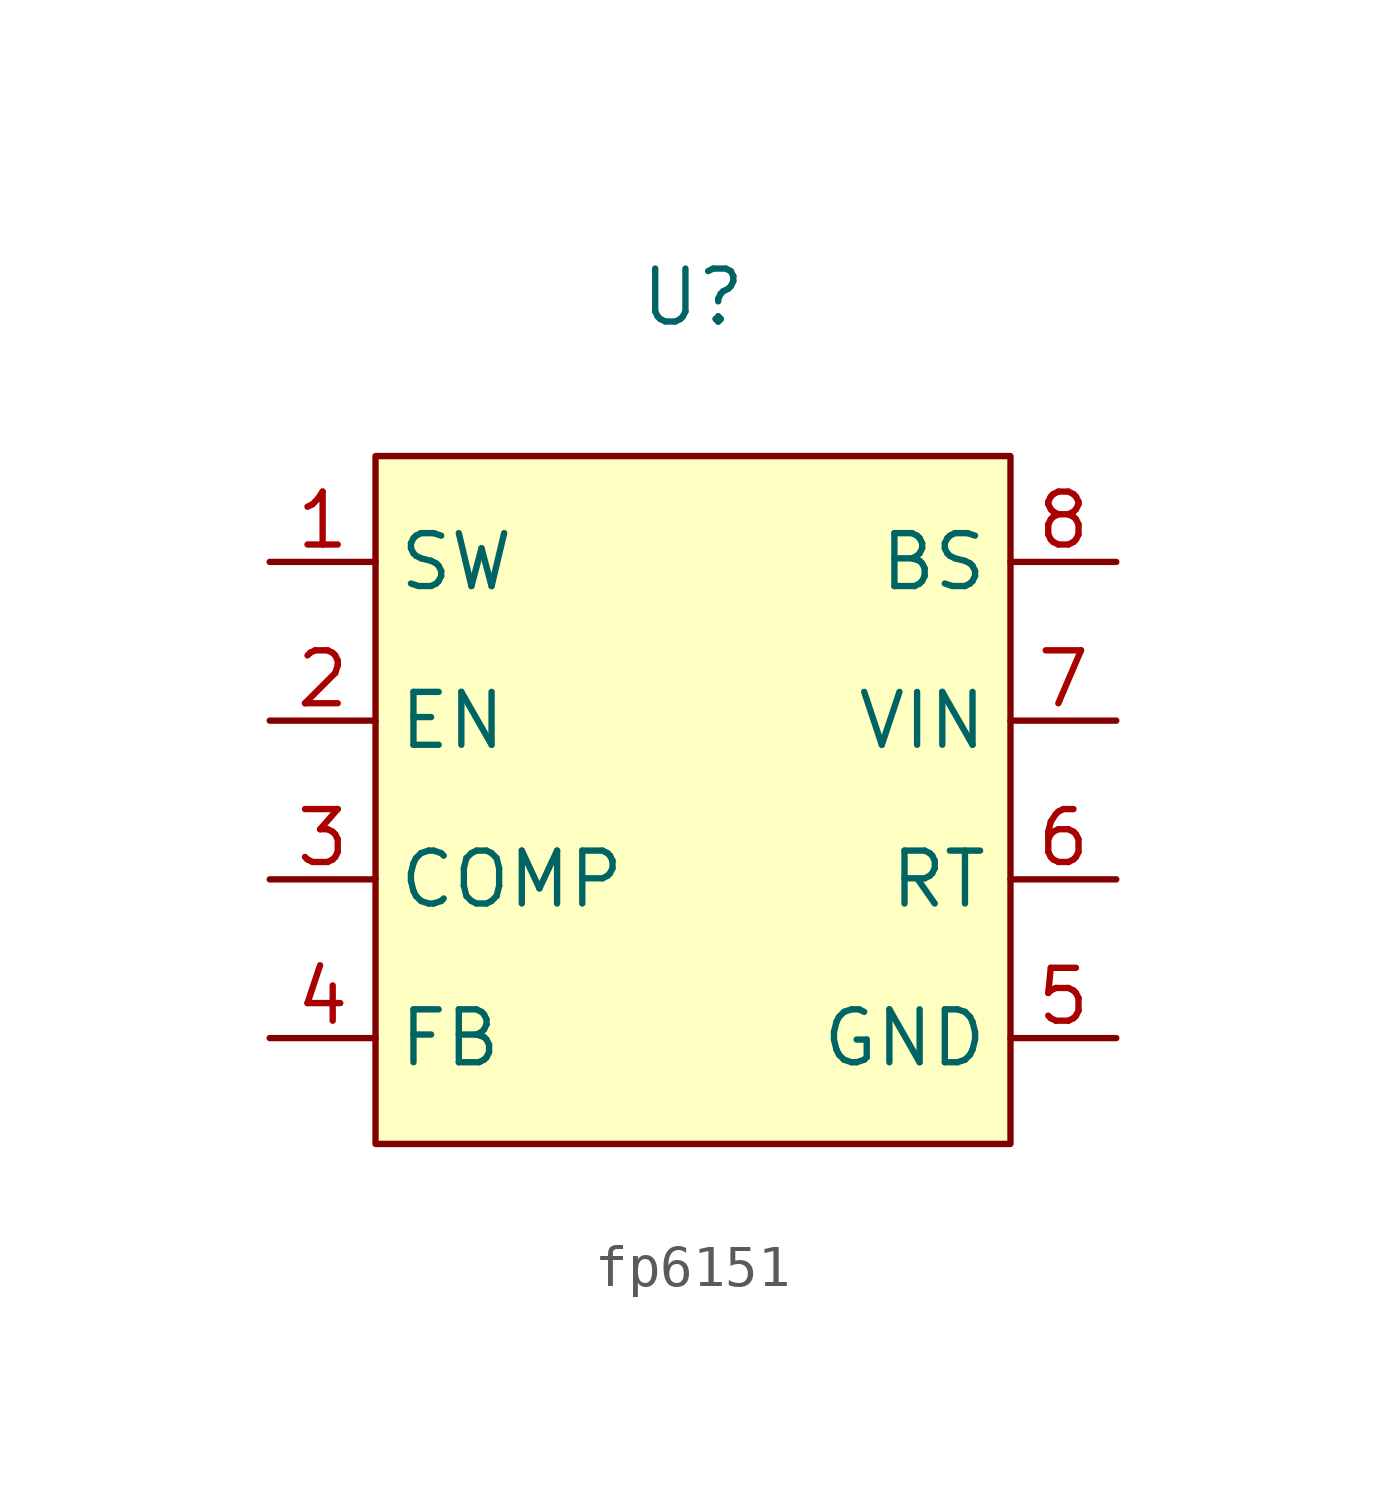
<source format=kicad_sym>
(kicad_symbol_lib
  (version 20220914)
  (generator kicad_symbol_editor)
  (symbol "fp6151"
    (property "Reference" "U"
      (at 0 0 0)
      (effects (font (size 1.27 1.27))))
    (property "Value" ""
      (at 0 0 0)
      (effects (font (size 1.27 1.27))))
    (symbol "fp6151_1_1"
      (rectangle (start -7.62 -3.81) (end 7.62 -20.32) (stroke (width 0) (type default)) (fill (type background)))
      (pin output line (at -10.16 -6.35 0) (length 2.54) (name "SW" (effects (font (size 1.27 1.27)))) (number "1" (effects (font (size 1.27 1.27)))))
      (pin input line (at -10.16 -10.16 0) (length 2.54) (name "EN" (effects (font (size 1.27 1.27)))) (number "2" (effects (font (size 1.27 1.27)))))
      (pin input line (at -10.16 -13.97 0) (length 2.54) (name "COMP" (effects (font (size 1.27 1.27)))) (number "3" (effects (font (size 1.27 1.27)))))
      (pin input line (at -10.16 -17.78 0) (length 2.54) (name "FB" (effects (font (size 1.27 1.27)))) (number "4" (effects (font (size 1.27 1.27)))))
      (pin input line (at 10.16 -17.78 180) (length 2.54) (name "GND" (effects (font (size 1.27 1.27)))) (number "5" (effects (font (size 1.27 1.27)))))
      (pin input line (at 10.16 -13.97 180) (length 2.54) (name "RT" (effects (font (size 1.27 1.27)))) (number "6" (effects (font (size 1.27 1.27)))))
      (pin input line (at 10.16 -10.16 180) (length 2.54) (name "VIN" (effects (font (size 1.27 1.27)))) (number "7" (effects (font (size 1.27 1.27)))))
      (pin input line (at 10.16 -6.35 180) (length 2.54) (name "BS" (effects (font (size 1.27 1.27)))) (number "8" (effects (font (size 1.27 1.27))))))))
</source>
